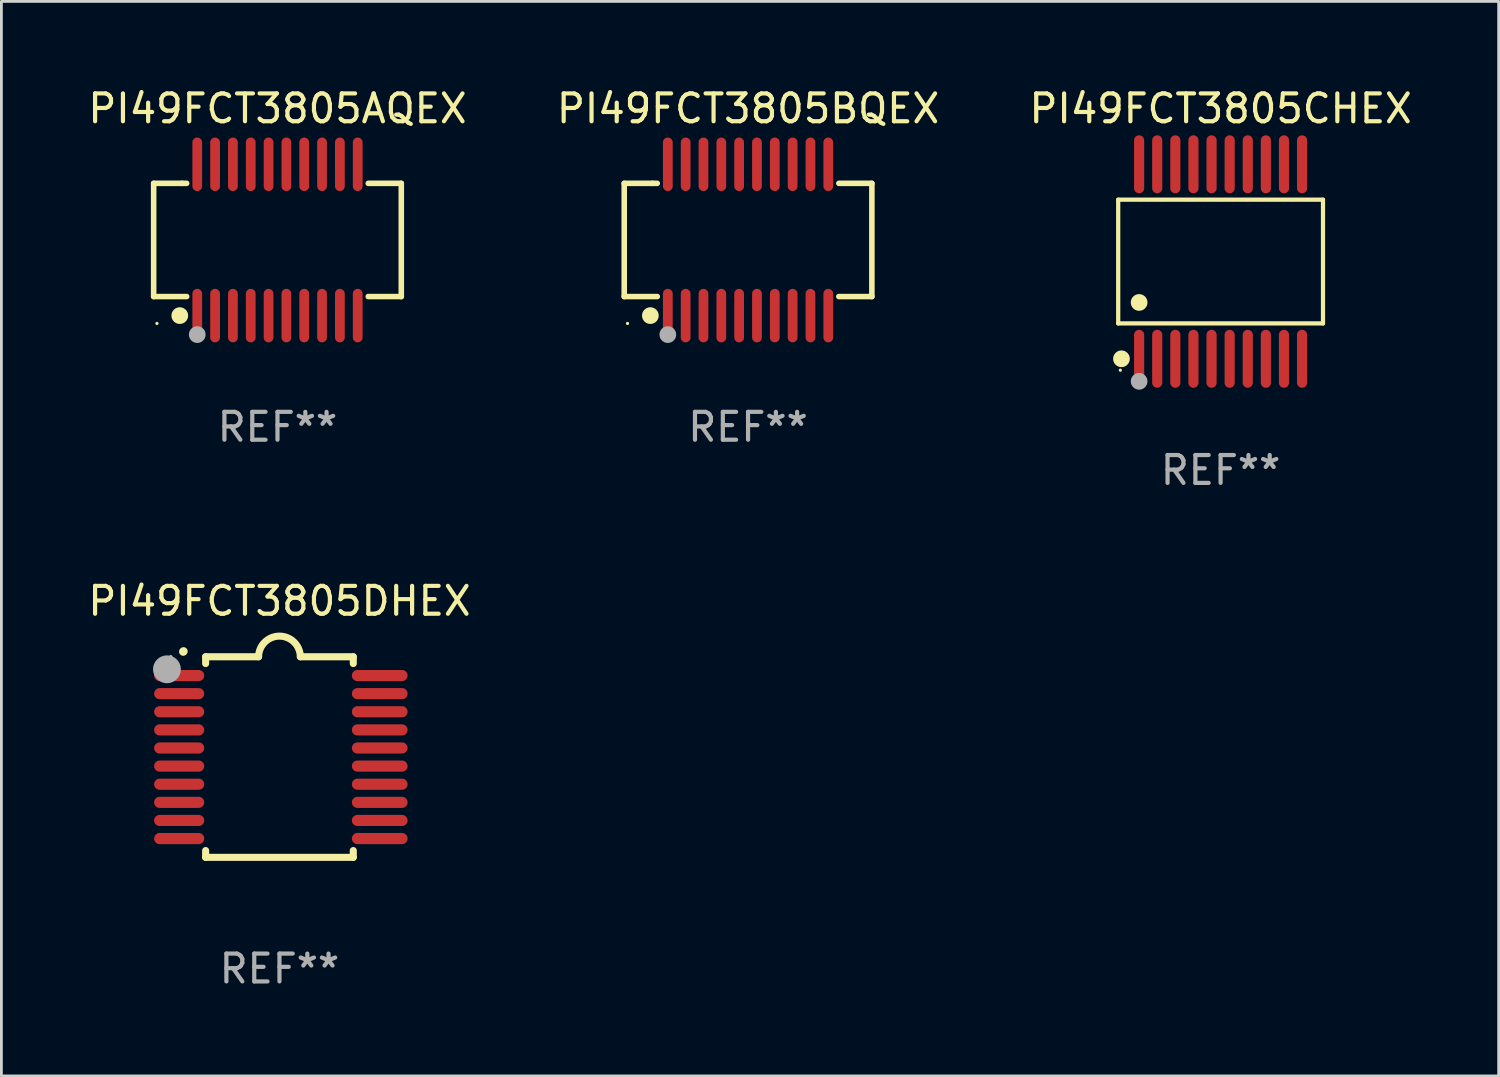
<source format=kicad_pcb>
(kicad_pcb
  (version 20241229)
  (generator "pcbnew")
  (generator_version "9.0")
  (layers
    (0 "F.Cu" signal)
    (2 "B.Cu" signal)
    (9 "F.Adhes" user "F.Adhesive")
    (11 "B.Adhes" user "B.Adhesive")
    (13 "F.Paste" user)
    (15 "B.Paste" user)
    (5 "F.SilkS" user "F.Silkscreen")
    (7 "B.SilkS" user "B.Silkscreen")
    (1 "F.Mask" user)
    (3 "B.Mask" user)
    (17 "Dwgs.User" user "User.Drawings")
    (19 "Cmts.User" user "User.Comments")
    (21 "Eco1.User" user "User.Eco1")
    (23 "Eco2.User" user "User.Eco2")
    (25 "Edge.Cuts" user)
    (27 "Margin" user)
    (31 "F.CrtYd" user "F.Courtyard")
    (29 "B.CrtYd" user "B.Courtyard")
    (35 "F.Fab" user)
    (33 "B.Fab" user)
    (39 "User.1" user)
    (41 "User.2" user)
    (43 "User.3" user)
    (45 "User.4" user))
  (footprint "PI49FCT3805BQEX"
    (layer "F.Cu")
    (at 23.804 5.564)
    (property "Reference" "PI49FCT3805BQEX" (at 0 -4.716 0) (layer "F.SilkS") (effects (font (size 1 1) (thickness 0.15))))
    (attr through_hole)
    (fp_line (start -4.445 -2.032) (end -4.445 2.032) (stroke (width 0.2) (type solid)) (layer "F.SilkS"))
    (fp_line (start -4.445 2.032) (end -3.259 2.032) (stroke (width 0.2) (type solid)) (layer "F.SilkS"))
    (fp_line (start -3.429 -2.032) (end -4.445 -2.032) (stroke (width 0.2) (type solid)) (layer "F.SilkS"))
    (fp_line (start -3.259 -2.032) (end -3.429 -2.032) (stroke (width 0.2) (type solid)) (layer "F.SilkS"))
    (fp_line (start 3.259 2.032) (end 4.445 2.032) (stroke (width 0.2) (type solid)) (layer "F.SilkS"))
    (fp_line (start 4.445 -2.032) (end 3.259 -2.032) (stroke (width 0.2) (type solid)) (layer "F.SilkS"))
    (fp_line (start 4.445 2.032) (end 4.445 -2.032) (stroke (width 0.2) (type solid)) (layer "F.SilkS"))
    (fp_circle (center -4.327 2.997) (end -4.297 2.997) (stroke (width 0.06) (type solid)) (fill no) (layer "F.SilkS"))
    (fp_circle (center -3.507 2.716) (end -3.357 2.716) (stroke (width 0.3) (type solid)) (fill no) (layer "F.SilkS"))
    (fp_circle (center -2.88 3.398) (end -2.73 3.398) (stroke (width 0.3) (type solid)) (fill no) (layer "F.Fab"))
    (fp_text user "REF**" (at 0 6.716 0) (layer "F.Fab") (effects (font (size 1 1) (thickness 0.15))))
    (pad "1" smd oval (at -2.88 2.716) (size 0.35 1.922) (layers "F.Cu" "F.Mask" "F.Paste"))
    (pad "2" smd oval (at -2.24 2.716) (size 0.35 1.922) (layers "F.Cu" "F.Mask" "F.Paste"))
    (pad "3" smd oval (at -1.6 2.716) (size 0.35 1.922) (layers "F.Cu" "F.Mask" "F.Paste"))
    (pad "4" smd oval (at -0.96 2.716) (size 0.35 1.922) (layers "F.Cu" "F.Mask" "F.Paste"))
    (pad "5" smd oval (at -0.32 2.716) (size 0.35 1.922) (layers "F.Cu" "F.Mask" "F.Paste"))
    (pad "6" smd oval (at 0.32 2.716) (size 0.35 1.922) (layers "F.Cu" "F.Mask" "F.Paste"))
    (pad "7" smd oval (at 0.96 2.716) (size 0.35 1.922) (layers "F.Cu" "F.Mask" "F.Paste"))
    (pad "8" smd oval (at 1.6 2.716) (size 0.35 1.922) (layers "F.Cu" "F.Mask" "F.Paste"))
    (pad "9" smd oval (at 2.24 2.716) (size 0.35 1.922) (layers "F.Cu" "F.Mask" "F.Paste"))
    (pad "10" smd oval (at 2.88 2.716) (size 0.35 1.922) (layers "F.Cu" "F.Mask" "F.Paste"))
    (pad "11" smd oval (at 2.88 -2.716) (size 0.35 1.922) (layers "F.Cu" "F.Mask" "F.Paste"))
    (pad "12" smd oval (at 2.24 -2.716) (size 0.35 1.922) (layers "F.Cu" "F.Mask" "F.Paste"))
    (pad "13" smd oval (at 1.6 -2.716) (size 0.35 1.922) (layers "F.Cu" "F.Mask" "F.Paste"))
    (pad "14" smd oval (at 0.96 -2.716) (size 0.35 1.922) (layers "F.Cu" "F.Mask" "F.Paste"))
    (pad "15" smd oval (at 0.32 -2.716) (size 0.35 1.922) (layers "F.Cu" "F.Mask" "F.Paste"))
    (pad "16" smd oval (at -0.32 -2.716) (size 0.35 1.922) (layers "F.Cu" "F.Mask" "F.Paste"))
    (pad "17" smd oval (at -0.96 -2.716) (size 0.35 1.922) (layers "F.Cu" "F.Mask" "F.Paste"))
    (pad "18" smd oval (at -1.6 -2.716) (size 0.35 1.922) (layers "F.Cu" "F.Mask" "F.Paste"))
    (pad "19" smd oval (at -2.24 -2.716) (size 0.35 1.922) (layers "F.Cu" "F.Mask" "F.Paste"))
    (pad "20" smd oval (at -2.88 -2.716) (size 0.35 1.922) (layers "F.Cu" "F.Mask" "F.Paste")))
  (footprint "PI49FCT3805AQEX"
    (layer "F.Cu")
    (at 6.911 5.564)
    (property "Reference" "PI49FCT3805AQEX" (at 0 -4.716 0) (layer "F.SilkS") (effects (font (size 1 1) (thickness 0.15))))
    (attr through_hole)
    (fp_line (start -4.445 -2.032) (end -4.445 2.032) (stroke (width 0.2) (type solid)) (layer "F.SilkS"))
    (fp_line (start -4.445 2.032) (end -3.259 2.032) (stroke (width 0.2) (type solid)) (layer "F.SilkS"))
    (fp_line (start -3.429 -2.032) (end -4.445 -2.032) (stroke (width 0.2) (type solid)) (layer "F.SilkS"))
    (fp_line (start -3.259 -2.032) (end -3.429 -2.032) (stroke (width 0.2) (type solid)) (layer "F.SilkS"))
    (fp_line (start 3.259 2.032) (end 4.445 2.032) (stroke (width 0.2) (type solid)) (layer "F.SilkS"))
    (fp_line (start 4.445 -2.032) (end 3.259 -2.032) (stroke (width 0.2) (type solid)) (layer "F.SilkS"))
    (fp_line (start 4.445 2.032) (end 4.445 -2.032) (stroke (width 0.2) (type solid)) (layer "F.SilkS"))
    (fp_circle (center -4.327 2.997) (end -4.297 2.997) (stroke (width 0.06) (type solid)) (fill no) (layer "F.SilkS"))
    (fp_circle (center -3.507 2.716) (end -3.357 2.716) (stroke (width 0.3) (type solid)) (fill no) (layer "F.SilkS"))
    (fp_circle (center -2.88 3.398) (end -2.73 3.398) (stroke (width 0.3) (type solid)) (fill no) (layer "F.Fab"))
    (fp_text user "REF**" (at 0 6.716 0) (layer "F.Fab") (effects (font (size 1 1) (thickness 0.15))))
    (pad "1" smd oval (at -2.88 2.716) (size 0.35 1.922) (layers "F.Cu" "F.Mask" "F.Paste"))
    (pad "2" smd oval (at -2.24 2.716) (size 0.35 1.922) (layers "F.Cu" "F.Mask" "F.Paste"))
    (pad "3" smd oval (at -1.6 2.716) (size 0.35 1.922) (layers "F.Cu" "F.Mask" "F.Paste"))
    (pad "4" smd oval (at -0.96 2.716) (size 0.35 1.922) (layers "F.Cu" "F.Mask" "F.Paste"))
    (pad "5" smd oval (at -0.32 2.716) (size 0.35 1.922) (layers "F.Cu" "F.Mask" "F.Paste"))
    (pad "6" smd oval (at 0.32 2.716) (size 0.35 1.922) (layers "F.Cu" "F.Mask" "F.Paste"))
    (pad "7" smd oval (at 0.96 2.716) (size 0.35 1.922) (layers "F.Cu" "F.Mask" "F.Paste"))
    (pad "8" smd oval (at 1.6 2.716) (size 0.35 1.922) (layers "F.Cu" "F.Mask" "F.Paste"))
    (pad "9" smd oval (at 2.24 2.716) (size 0.35 1.922) (layers "F.Cu" "F.Mask" "F.Paste"))
    (pad "10" smd oval (at 2.88 2.716) (size 0.35 1.922) (layers "F.Cu" "F.Mask" "F.Paste"))
    (pad "11" smd oval (at 2.88 -2.716) (size 0.35 1.922) (layers "F.Cu" "F.Mask" "F.Paste"))
    (pad "12" smd oval (at 2.24 -2.716) (size 0.35 1.922) (layers "F.Cu" "F.Mask" "F.Paste"))
    (pad "13" smd oval (at 1.6 -2.716) (size 0.35 1.922) (layers "F.Cu" "F.Mask" "F.Paste"))
    (pad "14" smd oval (at 0.96 -2.716) (size 0.35 1.922) (layers "F.Cu" "F.Mask" "F.Paste"))
    (pad "15" smd oval (at 0.32 -2.716) (size 0.35 1.922) (layers "F.Cu" "F.Mask" "F.Paste"))
    (pad "16" smd oval (at -0.32 -2.716) (size 0.35 1.922) (layers "F.Cu" "F.Mask" "F.Paste"))
    (pad "17" smd oval (at -0.96 -2.716) (size 0.35 1.922) (layers "F.Cu" "F.Mask" "F.Paste"))
    (pad "18" smd oval (at -1.6 -2.716) (size 0.35 1.922) (layers "F.Cu" "F.Mask" "F.Paste"))
    (pad "19" smd oval (at -2.24 -2.716) (size 0.35 1.922) (layers "F.Cu" "F.Mask" "F.Paste"))
    (pad "20" smd oval (at -2.88 -2.716) (size 0.35 1.922) (layers "F.Cu" "F.Mask" "F.Paste")))
  (footprint "PI49FCT3805CHEX"
    (layer "F.Cu")
    (at 40.768 6.339)
    (property "Reference" "PI49FCT3805CHEX" (at 0 -5.491 0) (layer "F.SilkS") (effects (font (size 1 1) (thickness 0.15))))
    (attr through_hole)
    (fp_line (start -3.676 -2.221) (end 3.676 -2.221) (stroke (width 0.152) (type solid)) (layer "F.SilkS"))
    (fp_line (start -3.676 2.221) (end -3.676 -2.221) (stroke (width 0.152) (type solid)) (layer "F.SilkS"))
    (fp_line (start 3.676 -2.221) (end 3.676 2.221) (stroke (width 0.152) (type solid)) (layer "F.SilkS"))
    (fp_line (start 3.676 2.221) (end -3.676 2.221) (stroke (width 0.152) (type solid)) (layer "F.SilkS"))
    (fp_circle (center -3.6 3.9) (end -3.57 3.9) (stroke (width 0.06) (type solid)) (fill no) (layer "F.SilkS"))
    (fp_circle (center -3.559 3.491) (end -3.409 3.491) (stroke (width 0.3) (type solid)) (fill no) (layer "F.SilkS"))
    (fp_circle (center -2.925 1.469) (end -2.775 1.469) (stroke (width 0.3) (type solid)) (fill no) (layer "F.SilkS"))
    (fp_circle (center -2.925 4.3) (end -2.775 4.3) (stroke (width 0.3) (type solid)) (fill no) (layer "F.Fab"))
    (fp_text user "REF**" (at 0 7.491 0) (layer "F.Fab") (effects (font (size 1 1) (thickness 0.15))))
    (pad "1" smd oval (at -2.925 3.491) (size 0.364 2.082) (layers "F.Cu" "F.Mask" "F.Paste"))
    (pad "2" smd oval (at -2.275 3.491) (size 0.364 2.082) (layers "F.Cu" "F.Mask" "F.Paste"))
    (pad "3" smd oval (at -1.625 3.491) (size 0.364 2.082) (layers "F.Cu" "F.Mask" "F.Paste"))
    (pad "4" smd oval (at -0.975 3.491) (size 0.364 2.082) (layers "F.Cu" "F.Mask" "F.Paste"))
    (pad "5" smd oval (at -0.325 3.491) (size 0.364 2.082) (layers "F.Cu" "F.Mask" "F.Paste"))
    (pad "6" smd oval (at 0.325 3.491) (size 0.364 2.082) (layers "F.Cu" "F.Mask" "F.Paste"))
    (pad "7" smd oval (at 0.975 3.491) (size 0.364 2.082) (layers "F.Cu" "F.Mask" "F.Paste"))
    (pad "8" smd oval (at 1.625 3.491) (size 0.364 2.082) (layers "F.Cu" "F.Mask" "F.Paste"))
    (pad "9" smd oval (at 2.275 3.491) (size 0.364 2.082) (layers "F.Cu" "F.Mask" "F.Paste"))
    (pad "10" smd oval (at 2.925 3.491) (size 0.364 2.082) (layers "F.Cu" "F.Mask" "F.Paste"))
    (pad "11" smd oval (at 2.925 -3.491) (size 0.364 2.082) (layers "F.Cu" "F.Mask" "F.Paste"))
    (pad "12" smd oval (at 2.275 -3.491) (size 0.364 2.082) (layers "F.Cu" "F.Mask" "F.Paste"))
    (pad "13" smd oval (at 1.625 -3.491) (size 0.364 2.082) (layers "F.Cu" "F.Mask" "F.Paste"))
    (pad "14" smd oval (at 0.975 -3.491) (size 0.364 2.082) (layers "F.Cu" "F.Mask" "F.Paste"))
    (pad "15" smd oval (at 0.325 -3.491) (size 0.364 2.082) (layers "F.Cu" "F.Mask" "F.Paste"))
    (pad "16" smd oval (at -0.325 -3.491) (size 0.364 2.082) (layers "F.Cu" "F.Mask" "F.Paste"))
    (pad "17" smd oval (at -0.975 -3.491) (size 0.364 2.082) (layers "F.Cu" "F.Mask" "F.Paste"))
    (pad "18" smd oval (at -1.625 -3.491) (size 0.364 2.082) (layers "F.Cu" "F.Mask" "F.Paste"))
    (pad "19" smd oval (at -2.275 -3.491) (size 0.364 2.082) (layers "F.Cu" "F.Mask" "F.Paste"))
    (pad "20" smd oval (at -2.925 -3.491) (size 0.364 2.082) (layers "F.Cu" "F.Mask" "F.Paste")))
  (footprint "PI49FCT3805DHEX"
    (layer "F.Cu")
    (at 6.982 24.127)
    (property "Reference" "PI49FCT3805DHEX" (at 0 -5.6 0) (layer "F.SilkS") (effects (font (size 1 1) (thickness 0.15))))
    (attr through_hole)
    (fp_line (start -2.65 -3.6) (end -2.65 -3.357) (stroke (width 0.254) (type solid)) (layer "F.SilkS"))
    (fp_line (start -2.65 -3.6) (end -0.75 -3.6) (stroke (width 0.254) (type solid)) (layer "F.SilkS"))
    (fp_line (start -2.65 3.357) (end -2.65 3.6) (stroke (width 0.254) (type solid)) (layer "F.SilkS"))
    (fp_line (start 2.65 -3.6) (end 0.75 -3.6) (stroke (width 0.254) (type solid)) (layer "F.SilkS"))
    (fp_line (start 2.65 -3.6) (end 2.65 -3.357) (stroke (width 0.254) (type solid)) (layer "F.SilkS"))
    (fp_line (start 2.65 3.357) (end 2.65 3.6) (stroke (width 0.254) (type solid)) (layer "F.SilkS"))
    (fp_line (start 2.65 3.6) (end -2.65 3.6) (stroke (width 0.254) (type solid)) (layer "F.SilkS"))
    (fp_arc (start -3.454407 -3.784608) (mid -3.449499 -3.78986) (end -3.444247 -3.794768) (stroke (width 0.3) (type solid)) (layer "F.SilkS"))
    (fp_arc (start -0.749301 -3.599186) (mid -0.000051 -4.348844) (end 0.750013 -3.6) (stroke (width 0.254001) (type solid)) (layer "F.SilkS"))
    (fp_circle (center -3.9 -3.6) (end -3.87 -3.6) (stroke (width 0.06) (type solid)) (fill no) (layer "F.SilkS"))
    (fp_circle (center -4.039 -3.15) (end -3.789 -3.15) (stroke (width 0.5) (type solid)) (fill no) (layer "F.Fab"))
    (fp_text user "REF**" (at 0 7.6 0) (layer "F.Fab") (effects (font (size 1 1) (thickness 0.15))))
    (pad "1" smd oval (at -3.6 -2.926 90) (size 0.4 1.8) (layers "F.Cu" "F.Mask" "F.Paste"))
    (pad "2" smd oval (at -3.6 -2.276 90) (size 0.4 1.8) (layers "F.Cu" "F.Mask" "F.Paste"))
    (pad "3" smd oval (at -3.6 -1.626 90) (size 0.4 1.8) (layers "F.Cu" "F.Mask" "F.Paste"))
    (pad "4" smd oval (at -3.6 -0.975 90) (size 0.4 1.8) (layers "F.Cu" "F.Mask" "F.Paste"))
    (pad "5" smd oval (at -3.6 -0.325 90) (size 0.4 1.8) (layers "F.Cu" "F.Mask" "F.Paste"))
    (pad "6" smd oval (at -3.6 0.325 90) (size 0.4 1.8) (layers "F.Cu" "F.Mask" "F.Paste"))
    (pad "7" smd oval (at -3.6 0.975 90) (size 0.4 1.8) (layers "F.Cu" "F.Mask" "F.Paste"))
    (pad "8" smd oval (at -3.6 1.626 90) (size 0.4 1.8) (layers "F.Cu" "F.Mask" "F.Paste"))
    (pad "9" smd oval (at -3.6 2.276 90) (size 0.4 1.8) (layers "F.Cu" "F.Mask" "F.Paste"))
    (pad "10" smd oval (at -3.6 2.926 90) (size 0.4 1.8) (layers "F.Cu" "F.Mask" "F.Paste"))
    (pad "11" smd oval (at 3.6 2.926 90) (size 0.4 2) (layers "F.Cu" "F.Mask" "F.Paste"))
    (pad "12" smd oval (at 3.6 2.276 90) (size 0.4 2) (layers "F.Cu" "F.Mask" "F.Paste"))
    (pad "13" smd oval (at 3.6 1.626 90) (size 0.4 2) (layers "F.Cu" "F.Mask" "F.Paste"))
    (pad "14" smd oval (at 3.6 0.975 90) (size 0.4 2) (layers "F.Cu" "F.Mask" "F.Paste"))
    (pad "15" smd oval (at 3.6 0.325 90) (size 0.4 2) (layers "F.Cu" "F.Mask" "F.Paste"))
    (pad "16" smd oval (at 3.6 -0.325 90) (size 0.4 2) (layers "F.Cu" "F.Mask" "F.Paste"))
    (pad "17" smd oval (at 3.6 -0.975 90) (size 0.4 2) (layers "F.Cu" "F.Mask" "F.Paste"))
    (pad "18" smd oval (at 3.6 -1.626 90) (size 0.4 2) (layers "F.Cu" "F.Mask" "F.Paste"))
    (pad "19" smd oval (at 3.6 -2.276 90) (size 0.4 2) (layers "F.Cu" "F.Mask" "F.Paste"))
    (pad "20" smd oval (at 3.6 -2.926 90) (size 0.4 2) (layers "F.Cu" "F.Mask" "F.Paste")))
  (gr_rect
    (start -3 -3)
    (end 50.75 35.575)
    (stroke (width 0.1) (type default))
    (fill no)
    (layer "Edge.Cuts")))
</source>
